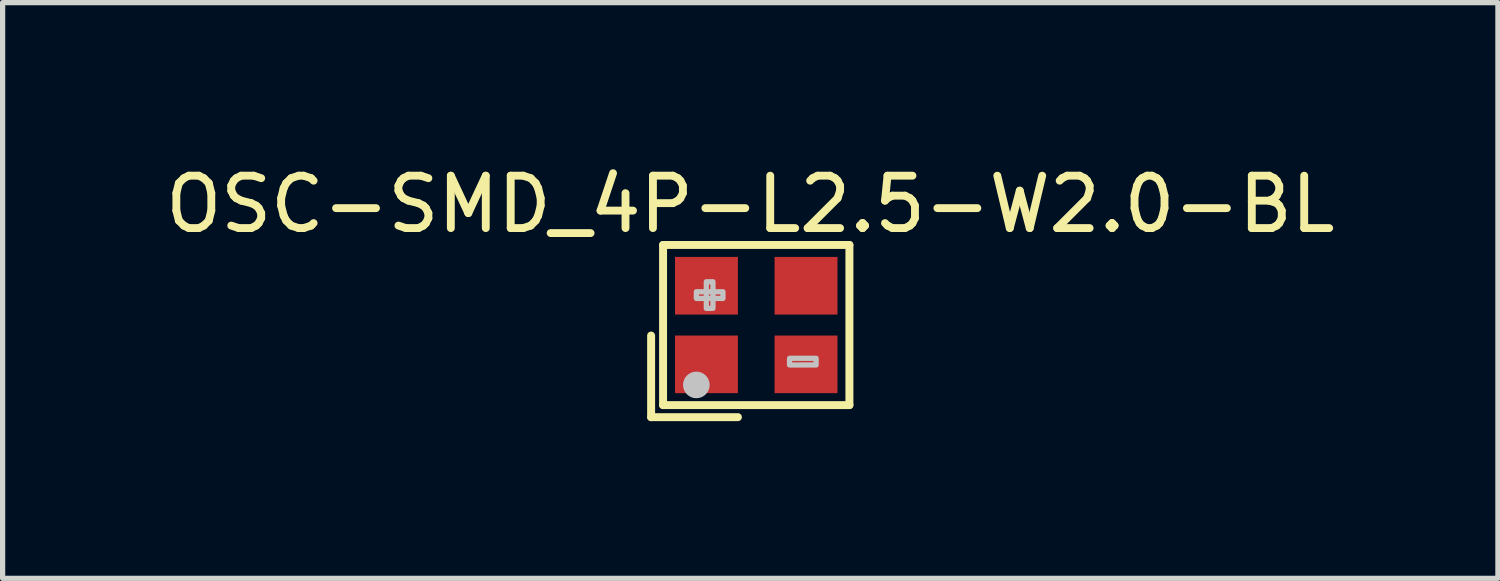
<source format=kicad_pcb>
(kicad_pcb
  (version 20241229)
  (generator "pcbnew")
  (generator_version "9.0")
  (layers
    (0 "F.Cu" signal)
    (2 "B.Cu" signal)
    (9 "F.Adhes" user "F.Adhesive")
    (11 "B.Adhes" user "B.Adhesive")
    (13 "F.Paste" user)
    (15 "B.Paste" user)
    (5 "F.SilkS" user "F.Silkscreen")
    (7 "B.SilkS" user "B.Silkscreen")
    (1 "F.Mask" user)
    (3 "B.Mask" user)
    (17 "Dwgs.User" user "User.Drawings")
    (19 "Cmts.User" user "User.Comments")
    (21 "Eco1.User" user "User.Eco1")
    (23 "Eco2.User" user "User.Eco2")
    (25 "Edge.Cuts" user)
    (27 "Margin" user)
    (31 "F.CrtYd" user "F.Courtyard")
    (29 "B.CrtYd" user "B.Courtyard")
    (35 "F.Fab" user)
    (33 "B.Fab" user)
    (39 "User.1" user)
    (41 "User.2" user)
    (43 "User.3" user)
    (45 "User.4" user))
  (footprint "OSC-SMD_4P-L2.5-W2.0-BL"
    (layer "F.Cu")
    (at 11.382 3.153)
    (property "Reference" "OSC-SMD_4P-L2.5-W2.0-BL" (at -0.114 -2.305 0) (layer "F.SilkS") (effects (font (size 1 1) (thickness 0.15))))
    (fp_line (start -2.006 0.201) (end -2.006 1.758) (stroke (width 0.152) (type default)) (layer "F.SilkS"))
    (fp_line (start -2.006 1.758) (end -0.35 1.758) (stroke (width 0.152) (type default)) (layer "F.SilkS"))
    (fp_line (start -1.778 -1.528) (end 1.778 -1.528) (stroke (width 0.152) (type default)) (layer "F.SilkS"))
    (fp_line (start -1.778 1.528) (end -1.778 -1.528) (stroke (width 0.152) (type default)) (layer "F.SilkS"))
    (fp_line (start 1.778 -1.528) (end 1.778 1.528) (stroke (width 0.152) (type default)) (layer "F.SilkS"))
    (fp_line (start 1.778 1.528) (end -1.778 1.528) (stroke (width 0.152) (type default)) (layer "F.SilkS"))
    (fp_circle (center -1.143 1.143) (end -1.016 1.143) (stroke (width 0.254) (type default)) (fill no) (layer "Dwgs.User"))
    (fp_poly (pts (xy -1.143 -0.635) (xy -0.635 -0.635) (xy -0.635 -0.508) (xy -1.143 -0.508)) (stroke (width 0.1) (type default)) (fill no) (layer "Dwgs.User"))
    (fp_poly (pts (xy -0.953 -0.318) (xy -0.953 -0.826) (xy -0.826 -0.826) (xy -0.826 -0.318)) (stroke (width 0.1) (type default)) (fill no) (layer "Dwgs.User"))
    (fp_poly (pts (xy 0.635 0.635) (xy 1.143 0.635) (xy 1.143 0.762) (xy 0.635 0.762)) (stroke (width 0.1) (type default)) (fill no) (layer "Dwgs.User"))
    (fp_poly (pts (xy -1.25 -1) (xy -0.45 -1) (xy -0.45 -0.325) (xy -1.25 -0.325)) (stroke (width 0.1) (type default)) (fill no) (layer "User.1"))
    (fp_poly (pts (xy -0.45 1) (xy -1.25 1) (xy -1.25 0.325) (xy -0.45 0.325)) (stroke (width 0.1) (type default)) (fill no) (layer "User.1"))
    (fp_poly (pts (xy 1.25 -0.325) (xy 0.45 -0.325) (xy 0.45 -1) (xy 1.25 -1)) (stroke (width 0.1) (type default)) (fill no) (layer "User.1"))
    (fp_poly (pts (xy 1.25 1) (xy 0.45 1) (xy 0.45 0.325) (xy 1.25 0.325)) (stroke (width 0.1) (type default)) (fill no) (layer "User.1"))
    (fp_line (start -1.25 -1) (end 1.25 -1) (stroke (width 0.051) (type default)) (layer "User.2"))
    (fp_line (start -1.25 1) (end -1.25 -1) (stroke (width 0.051) (type default)) (layer "User.2"))
    (fp_line (start 1.25 -1) (end 1.25 1) (stroke (width 0.051) (type default)) (layer "User.2"))
    (fp_line (start 1.25 1) (end -1.25 1) (stroke (width 0.051) (type default)) (layer "User.2"))
    (fp_poly (pts (xy -1.19 1) (xy -1.208 0.958) (xy -1.25 0.94) (xy -1.292 0.958) (xy -1.31 1) (xy -1.292 1.042) (xy -1.25 1.06) (xy -1.208 1.042)) (stroke (width 0.1) (type default)) (fill no) (layer "User.3"))
    (pad "1" smd rect (at -0.95 0.75) (size 1.2 1.1) (layers "F.Cu" "F.Mask" "F.Paste"))
    (pad "2" smd rect (at 0.95 0.75) (size 1.2 1.1) (layers "F.Cu" "F.Mask" "F.Paste"))
    (pad "3" smd rect (at 0.95 -0.75) (size 1.2 1.1) (layers "F.Cu" "F.Mask" "F.Paste"))
    (pad "4" smd rect (at -0.95 -0.75) (size 1.2 1.1) (layers "F.Cu" "F.Mask" "F.Paste")))
  (gr_rect
    (start -3 -3)
    (end 25.536 7.987)
    (stroke (width 0.1) (type default))
    (fill no)
    (layer "Edge.Cuts")))
</source>
